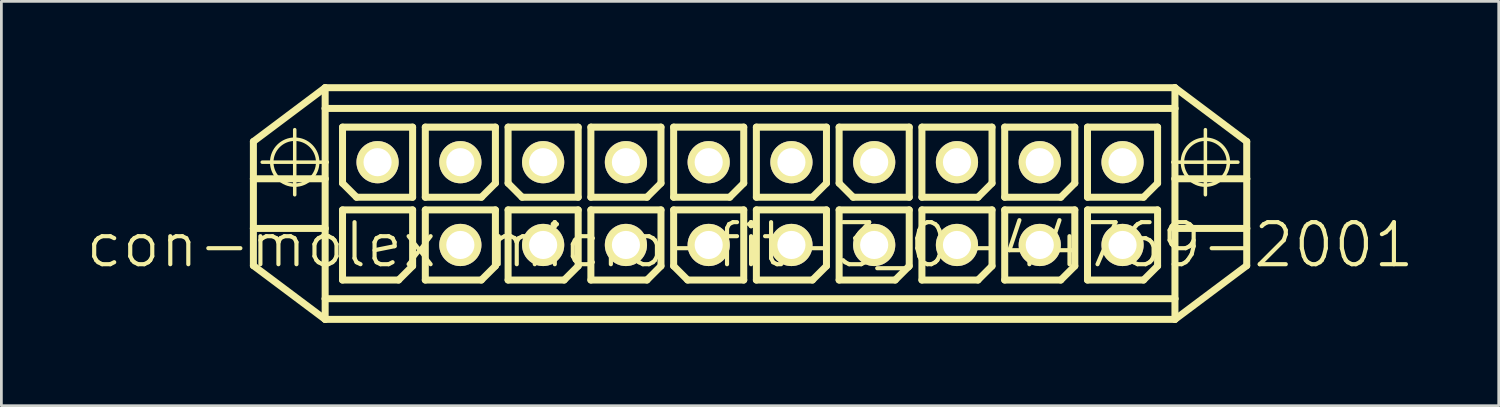
<source format=kicad_pcb>
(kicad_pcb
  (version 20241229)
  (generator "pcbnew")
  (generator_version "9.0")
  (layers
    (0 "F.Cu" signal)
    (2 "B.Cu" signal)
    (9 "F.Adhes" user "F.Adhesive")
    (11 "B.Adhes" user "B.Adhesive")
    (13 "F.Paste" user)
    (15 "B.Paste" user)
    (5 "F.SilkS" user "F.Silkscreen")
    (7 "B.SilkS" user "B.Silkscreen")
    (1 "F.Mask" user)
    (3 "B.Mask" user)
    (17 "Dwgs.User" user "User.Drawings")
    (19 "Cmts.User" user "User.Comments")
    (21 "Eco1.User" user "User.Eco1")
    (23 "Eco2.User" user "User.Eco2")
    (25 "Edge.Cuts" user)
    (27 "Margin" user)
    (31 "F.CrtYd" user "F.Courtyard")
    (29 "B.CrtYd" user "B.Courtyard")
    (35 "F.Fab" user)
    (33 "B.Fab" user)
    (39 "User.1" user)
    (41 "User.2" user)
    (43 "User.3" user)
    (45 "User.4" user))
  (footprint "con-molex-micro-fit-3_0-44769-2001"
    (layer "F.Cu")
    (at 24.13 5.827)
    (property "Reference" "con-molex-micro-fit-3_0-44769-2001" (at 0 0 0) (layer "F.SilkS") (effects (font (size 1.524 1.524) (thickness 0.15))))
    (attr exclude_from_pos_files exclude_from_bom)
    (fp_line (start -17.998 -3.749) (end -15.397 -5.7) (stroke (width 0.254) (type solid)) (layer "F.SilkS"))
    (fp_line (start -17.998 -2.398) (end -17.998 -3.749) (stroke (width 0.254) (type solid)) (layer "F.SilkS"))
    (fp_line (start -17.998 -2.398) (end -15.397 -2.398) (stroke (width 0.254) (type solid)) (layer "F.SilkS"))
    (fp_line (start -17.998 -0.599) (end -17.998 -2.398) (stroke (width 0.254) (type solid)) (layer "F.SilkS"))
    (fp_line (start -17.998 -0.599) (end -15.397 -0.599) (stroke (width 0.254) (type solid)) (layer "F.SilkS"))
    (fp_line (start -17.998 0.749) (end -17.998 -0.599) (stroke (width 0.254) (type solid)) (layer "F.SilkS"))
    (fp_line (start -17.678 -3) (end -15.319 -3) (stroke (width 0.127) (type solid)) (layer "F.SilkS"))
    (fp_line (start -16.5 -1.819) (end -16.5 -4.178) (stroke (width 0.127) (type solid)) (layer "F.SilkS"))
    (fp_line (start -15.397 -5.7) (end -15.397 -4.948) (stroke (width 0.254) (type solid)) (layer "F.SilkS"))
    (fp_line (start -15.397 -5.7) (end 15.397 -5.7) (stroke (width 0.254) (type solid)) (layer "F.SilkS"))
    (fp_line (start -15.397 -4.948) (end 15.397 -4.948) (stroke (width 0.254) (type solid)) (layer "F.SilkS"))
    (fp_line (start -15.397 -2.398) (end -15.397 -4.948) (stroke (width 0.254) (type solid)) (layer "F.SilkS"))
    (fp_line (start -15.397 -0.599) (end -15.397 -2.398) (stroke (width 0.254) (type solid)) (layer "F.SilkS"))
    (fp_line (start -15.397 -0.599) (end -15.397 1.948) (stroke (width 0.254) (type solid)) (layer "F.SilkS"))
    (fp_line (start -15.397 1.948) (end -15.397 2.697) (stroke (width 0.254) (type solid)) (layer "F.SilkS"))
    (fp_line (start -15.397 1.948) (end 15.397 1.948) (stroke (width 0.254) (type solid)) (layer "F.SilkS"))
    (fp_line (start -15.397 2.697) (end -17.998 0.749) (stroke (width 0.254) (type solid)) (layer "F.SilkS"))
    (fp_line (start -14.768 -4.27) (end -12.228 -4.27) (stroke (width 0.254) (type solid)) (layer "F.SilkS"))
    (fp_line (start -14.768 -2.238) (end -14.768 -4.27) (stroke (width 0.254) (type solid)) (layer "F.SilkS"))
    (fp_line (start -14.768 -1.27) (end -12.228 -1.27) (stroke (width 0.254) (type solid)) (layer "F.SilkS"))
    (fp_line (start -14.768 1.27) (end -14.768 -1.27) (stroke (width 0.254) (type solid)) (layer "F.SilkS"))
    (fp_line (start -14.26 -1.73) (end -14.768 -2.238) (stroke (width 0.254) (type solid)) (layer "F.SilkS"))
    (fp_line (start -12.736 1.27) (end -14.768 1.27) (stroke (width 0.254) (type solid)) (layer "F.SilkS"))
    (fp_line (start -12.228 -4.27) (end -12.228 -1.73) (stroke (width 0.254) (type solid)) (layer "F.SilkS"))
    (fp_line (start -12.228 -1.73) (end -14.26 -1.73) (stroke (width 0.254) (type solid)) (layer "F.SilkS"))
    (fp_line (start -12.228 -1.27) (end -12.228 0.762) (stroke (width 0.254) (type solid)) (layer "F.SilkS"))
    (fp_line (start -12.228 0.762) (end -12.736 1.27) (stroke (width 0.254) (type solid)) (layer "F.SilkS"))
    (fp_line (start -11.768 -4.27) (end -9.228 -4.27) (stroke (width 0.254) (type solid)) (layer "F.SilkS"))
    (fp_line (start -11.768 -1.73) (end -11.768 -4.27) (stroke (width 0.254) (type solid)) (layer "F.SilkS"))
    (fp_line (start -11.768 -1.27) (end -9.228 -1.27) (stroke (width 0.254) (type solid)) (layer "F.SilkS"))
    (fp_line (start -11.768 1.27) (end -11.768 -1.27) (stroke (width 0.254) (type solid)) (layer "F.SilkS"))
    (fp_line (start -9.736 -1.73) (end -11.768 -1.73) (stroke (width 0.254) (type solid)) (layer "F.SilkS"))
    (fp_line (start -9.736 1.27) (end -11.768 1.27) (stroke (width 0.254) (type solid)) (layer "F.SilkS"))
    (fp_line (start -9.228 -4.27) (end -9.228 -2.238) (stroke (width 0.254) (type solid)) (layer "F.SilkS"))
    (fp_line (start -9.228 -2.238) (end -9.736 -1.73) (stroke (width 0.254) (type solid)) (layer "F.SilkS"))
    (fp_line (start -9.228 -1.27) (end -9.228 0.762) (stroke (width 0.254) (type solid)) (layer "F.SilkS"))
    (fp_line (start -9.228 0.762) (end -9.736 1.27) (stroke (width 0.254) (type solid)) (layer "F.SilkS"))
    (fp_line (start -8.768 -4.27) (end -6.228 -4.27) (stroke (width 0.254) (type solid)) (layer "F.SilkS"))
    (fp_line (start -8.768 -2.238) (end -8.768 -4.27) (stroke (width 0.254) (type solid)) (layer "F.SilkS"))
    (fp_line (start -8.768 -1.27) (end -6.228 -1.27) (stroke (width 0.254) (type solid)) (layer "F.SilkS"))
    (fp_line (start -8.768 1.27) (end -8.768 -1.27) (stroke (width 0.254) (type solid)) (layer "F.SilkS"))
    (fp_line (start -8.26 -1.73) (end -8.768 -2.238) (stroke (width 0.254) (type solid)) (layer "F.SilkS"))
    (fp_line (start -6.736 1.27) (end -8.768 1.27) (stroke (width 0.254) (type solid)) (layer "F.SilkS"))
    (fp_line (start -6.228 -4.27) (end -6.228 -1.73) (stroke (width 0.254) (type solid)) (layer "F.SilkS"))
    (fp_line (start -6.228 -1.73) (end -8.26 -1.73) (stroke (width 0.254) (type solid)) (layer "F.SilkS"))
    (fp_line (start -6.228 -1.27) (end -6.228 0.762) (stroke (width 0.254) (type solid)) (layer "F.SilkS"))
    (fp_line (start -6.228 0.762) (end -6.736 1.27) (stroke (width 0.254) (type solid)) (layer "F.SilkS"))
    (fp_line (start -5.768 -4.27) (end -3.228 -4.27) (stroke (width 0.254) (type solid)) (layer "F.SilkS"))
    (fp_line (start -5.768 -1.73) (end -5.768 -4.27) (stroke (width 0.254) (type solid)) (layer "F.SilkS"))
    (fp_line (start -5.768 -1.27) (end -3.228 -1.27) (stroke (width 0.254) (type solid)) (layer "F.SilkS"))
    (fp_line (start -5.768 1.27) (end -5.768 -1.27) (stroke (width 0.254) (type solid)) (layer "F.SilkS"))
    (fp_line (start -3.736 -1.73) (end -5.768 -1.73) (stroke (width 0.254) (type solid)) (layer "F.SilkS"))
    (fp_line (start -3.736 1.27) (end -5.768 1.27) (stroke (width 0.254) (type solid)) (layer "F.SilkS"))
    (fp_line (start -3.228 -4.27) (end -3.228 -2.238) (stroke (width 0.254) (type solid)) (layer "F.SilkS"))
    (fp_line (start -3.228 -2.238) (end -3.736 -1.73) (stroke (width 0.254) (type solid)) (layer "F.SilkS"))
    (fp_line (start -3.228 -1.27) (end -3.228 0.762) (stroke (width 0.254) (type solid)) (layer "F.SilkS"))
    (fp_line (start -3.228 0.762) (end -3.736 1.27) (stroke (width 0.254) (type solid)) (layer "F.SilkS"))
    (fp_line (start -2.769 -4.27) (end -0.229 -4.27) (stroke (width 0.254) (type solid)) (layer "F.SilkS"))
    (fp_line (start -2.769 -1.73) (end -2.769 -4.27) (stroke (width 0.254) (type solid)) (layer "F.SilkS"))
    (fp_line (start -2.769 -1.27) (end -0.229 -1.27) (stroke (width 0.254) (type solid)) (layer "F.SilkS"))
    (fp_line (start -2.769 0.762) (end -2.769 -1.27) (stroke (width 0.254) (type solid)) (layer "F.SilkS"))
    (fp_line (start -2.261 1.27) (end -2.769 0.762) (stroke (width 0.254) (type solid)) (layer "F.SilkS"))
    (fp_line (start -0.737 -1.73) (end -2.769 -1.73) (stroke (width 0.254) (type solid)) (layer "F.SilkS"))
    (fp_line (start -0.229 -4.27) (end -0.229 -2.238) (stroke (width 0.254) (type solid)) (layer "F.SilkS"))
    (fp_line (start -0.229 -2.238) (end -0.737 -1.73) (stroke (width 0.254) (type solid)) (layer "F.SilkS"))
    (fp_line (start -0.229 -1.27) (end -0.229 1.27) (stroke (width 0.254) (type solid)) (layer "F.SilkS"))
    (fp_line (start -0.229 1.27) (end -2.261 1.27) (stroke (width 0.254) (type solid)) (layer "F.SilkS"))
    (fp_line (start 0.229 -4.27) (end 2.769 -4.27) (stroke (width 0.254) (type solid)) (layer "F.SilkS"))
    (fp_line (start 0.229 -1.73) (end 0.229 -4.27) (stroke (width 0.254) (type solid)) (layer "F.SilkS"))
    (fp_line (start 0.229 -1.27) (end 2.769 -1.27) (stroke (width 0.254) (type solid)) (layer "F.SilkS"))
    (fp_line (start 0.229 1.27) (end 0.229 -1.27) (stroke (width 0.254) (type solid)) (layer "F.SilkS"))
    (fp_line (start 2.261 -1.73) (end 0.229 -1.73) (stroke (width 0.254) (type solid)) (layer "F.SilkS"))
    (fp_line (start 2.261 1.27) (end 0.229 1.27) (stroke (width 0.254) (type solid)) (layer "F.SilkS"))
    (fp_line (start 2.769 -4.27) (end 2.769 -2.238) (stroke (width 0.254) (type solid)) (layer "F.SilkS"))
    (fp_line (start 2.769 -2.238) (end 2.261 -1.73) (stroke (width 0.254) (type solid)) (layer "F.SilkS"))
    (fp_line (start 2.769 -1.27) (end 2.769 0.762) (stroke (width 0.254) (type solid)) (layer "F.SilkS"))
    (fp_line (start 2.769 0.762) (end 2.261 1.27) (stroke (width 0.254) (type solid)) (layer "F.SilkS"))
    (fp_line (start 3.228 -4.27) (end 5.768 -4.27) (stroke (width 0.254) (type solid)) (layer "F.SilkS"))
    (fp_line (start 3.228 -2.238) (end 3.228 -4.27) (stroke (width 0.254) (type solid)) (layer "F.SilkS"))
    (fp_line (start 3.228 -1.27) (end 5.768 -1.27) (stroke (width 0.254) (type solid)) (layer "F.SilkS"))
    (fp_line (start 3.228 1.27) (end 3.228 -1.27) (stroke (width 0.254) (type solid)) (layer "F.SilkS"))
    (fp_line (start 3.736 -1.73) (end 3.228 -2.238) (stroke (width 0.254) (type solid)) (layer "F.SilkS"))
    (fp_line (start 5.26 1.27) (end 3.228 1.27) (stroke (width 0.254) (type solid)) (layer "F.SilkS"))
    (fp_line (start 5.768 -4.27) (end 5.768 -1.73) (stroke (width 0.254) (type solid)) (layer "F.SilkS"))
    (fp_line (start 5.768 -1.73) (end 3.736 -1.73) (stroke (width 0.254) (type solid)) (layer "F.SilkS"))
    (fp_line (start 5.768 -1.27) (end 5.768 0.762) (stroke (width 0.254) (type solid)) (layer "F.SilkS"))
    (fp_line (start 5.768 0.762) (end 5.26 1.27) (stroke (width 0.254) (type solid)) (layer "F.SilkS"))
    (fp_line (start 6.228 -4.27) (end 8.768 -4.27) (stroke (width 0.254) (type solid)) (layer "F.SilkS"))
    (fp_line (start 6.228 -1.73) (end 6.228 -4.27) (stroke (width 0.254) (type solid)) (layer "F.SilkS"))
    (fp_line (start 6.228 -1.27) (end 8.768 -1.27) (stroke (width 0.254) (type solid)) (layer "F.SilkS"))
    (fp_line (start 6.228 1.27) (end 6.228 -1.27) (stroke (width 0.254) (type solid)) (layer "F.SilkS"))
    (fp_line (start 8.26 -1.73) (end 6.228 -1.73) (stroke (width 0.254) (type solid)) (layer "F.SilkS"))
    (fp_line (start 8.26 1.27) (end 6.228 1.27) (stroke (width 0.254) (type solid)) (layer "F.SilkS"))
    (fp_line (start 8.768 -4.27) (end 8.768 -2.238) (stroke (width 0.254) (type solid)) (layer "F.SilkS"))
    (fp_line (start 8.768 -2.238) (end 8.26 -1.73) (stroke (width 0.254) (type solid)) (layer "F.SilkS"))
    (fp_line (start 8.768 -1.27) (end 8.768 0.762) (stroke (width 0.254) (type solid)) (layer "F.SilkS"))
    (fp_line (start 8.768 0.762) (end 8.26 1.27) (stroke (width 0.254) (type solid)) (layer "F.SilkS"))
    (fp_line (start 9.228 -4.27) (end 11.768 -4.27) (stroke (width 0.254) (type solid)) (layer "F.SilkS"))
    (fp_line (start 9.228 -1.73) (end 9.228 -4.27) (stroke (width 0.254) (type solid)) (layer "F.SilkS"))
    (fp_line (start 9.228 -1.27) (end 11.768 -1.27) (stroke (width 0.254) (type solid)) (layer "F.SilkS"))
    (fp_line (start 9.228 1.27) (end 9.228 -1.27) (stroke (width 0.254) (type solid)) (layer "F.SilkS"))
    (fp_line (start 11.26 -1.73) (end 9.228 -1.73) (stroke (width 0.254) (type solid)) (layer "F.SilkS"))
    (fp_line (start 11.26 1.27) (end 9.228 1.27) (stroke (width 0.254) (type solid)) (layer "F.SilkS"))
    (fp_line (start 11.768 -4.27) (end 11.768 -2.238) (stroke (width 0.254) (type solid)) (layer "F.SilkS"))
    (fp_line (start 11.768 -2.238) (end 11.26 -1.73) (stroke (width 0.254) (type solid)) (layer "F.SilkS"))
    (fp_line (start 11.768 -1.27) (end 11.768 0.762) (stroke (width 0.254) (type solid)) (layer "F.SilkS"))
    (fp_line (start 11.768 0.762) (end 11.26 1.27) (stroke (width 0.254) (type solid)) (layer "F.SilkS"))
    (fp_line (start 12.228 -4.27) (end 14.768 -4.27) (stroke (width 0.254) (type solid)) (layer "F.SilkS"))
    (fp_line (start 12.228 -1.73) (end 12.228 -4.27) (stroke (width 0.254) (type solid)) (layer "F.SilkS"))
    (fp_line (start 12.228 -1.27) (end 14.768 -1.27) (stroke (width 0.254) (type solid)) (layer "F.SilkS"))
    (fp_line (start 12.228 1.27) (end 12.228 -1.27) (stroke (width 0.254) (type solid)) (layer "F.SilkS"))
    (fp_line (start 14.26 -1.73) (end 12.228 -1.73) (stroke (width 0.254) (type solid)) (layer "F.SilkS"))
    (fp_line (start 14.26 1.27) (end 12.228 1.27) (stroke (width 0.254) (type solid)) (layer "F.SilkS"))
    (fp_line (start 14.768 -4.27) (end 14.768 -2.238) (stroke (width 0.254) (type solid)) (layer "F.SilkS"))
    (fp_line (start 14.768 -2.238) (end 14.26 -1.73) (stroke (width 0.254) (type solid)) (layer "F.SilkS"))
    (fp_line (start 14.768 -1.27) (end 14.768 0.762) (stroke (width 0.254) (type solid)) (layer "F.SilkS"))
    (fp_line (start 14.768 0.762) (end 14.26 1.27) (stroke (width 0.254) (type solid)) (layer "F.SilkS"))
    (fp_line (start 15.319 -3) (end 17.678 -3) (stroke (width 0.127) (type solid)) (layer "F.SilkS"))
    (fp_line (start 15.397 -5.7) (end 15.397 -4.948) (stroke (width 0.254) (type solid)) (layer "F.SilkS"))
    (fp_line (start 15.397 -5.7) (end 17.998 -3.749) (stroke (width 0.254) (type solid)) (layer "F.SilkS"))
    (fp_line (start 15.397 -4.948) (end 15.397 -2.398) (stroke (width 0.254) (type solid)) (layer "F.SilkS"))
    (fp_line (start 15.397 -2.398) (end 15.397 -0.599) (stroke (width 0.254) (type solid)) (layer "F.SilkS"))
    (fp_line (start 15.397 -2.398) (end 17.998 -2.398) (stroke (width 0.254) (type solid)) (layer "F.SilkS"))
    (fp_line (start 15.397 -0.599) (end 15.397 1.948) (stroke (width 0.254) (type solid)) (layer "F.SilkS"))
    (fp_line (start 15.397 -0.599) (end 17.998 -0.599) (stroke (width 0.254) (type solid)) (layer "F.SilkS"))
    (fp_line (start 15.397 1.948) (end 15.397 2.697) (stroke (width 0.254) (type solid)) (layer "F.SilkS"))
    (fp_line (start 15.397 2.697) (end -15.397 2.697) (stroke (width 0.254) (type solid)) (layer "F.SilkS"))
    (fp_line (start 16.5 -1.819) (end 16.5 -4.178) (stroke (width 0.127) (type solid)) (layer "F.SilkS"))
    (fp_line (start 17.998 -3.749) (end 17.998 -2.398) (stroke (width 0.254) (type solid)) (layer "F.SilkS"))
    (fp_line (start 17.998 -2.398) (end 17.998 -0.599) (stroke (width 0.254) (type solid)) (layer "F.SilkS"))
    (fp_line (start 17.998 -0.599) (end 17.998 0.749) (stroke (width 0.254) (type solid)) (layer "F.SilkS"))
    (fp_line (start 17.998 0.749) (end 15.397 2.697) (stroke (width 0.254) (type solid)) (layer "F.SilkS"))
    (fp_circle (center -16.5 -3) (end -17.089 -3.589) (stroke (width 0.127) (type solid)) (fill no) (layer "F.SilkS"))
    (fp_circle (center 16.5 -3) (end 17.089 -3.589) (stroke (width 0.127) (type solid)) (fill no) (layer "F.SilkS"))
    (pad "P$1" thru_hole rect (at -13.498 0) (size 0.001 0.001) (drill 1.019) (layers "*.Cu" "F.Mask" "F.SilkS" "F.Paste"))
    (pad "P$2" thru_hole circle (at -10.498 0) (size 1.529 1.529) (drill 1.019) (layers "*.Cu" "F.Mask" "F.SilkS" "F.Paste"))
    (pad "P$3" thru_hole circle (at -7.498 0) (size 1.529 1.529) (drill 1.019) (layers "*.Cu" "F.Mask" "F.SilkS" "F.Paste"))
    (pad "P$4" thru_hole circle (at -4.498 0) (size 1.529 1.529) (drill 1.019) (layers "*.Cu" "F.Mask" "F.SilkS" "F.Paste"))
    (pad "P$5" thru_hole circle (at -1.499 0) (size 1.529 1.529) (drill 1.019) (layers "*.Cu" "F.Mask" "F.SilkS" "F.Paste"))
    (pad "P$6" thru_hole circle (at 1.499 0) (size 1.529 1.529) (drill 1.019) (layers "*.Cu" "F.Mask" "F.SilkS" "F.Paste"))
    (pad "P$7" thru_hole circle (at 4.498 0) (size 1.529 1.529) (drill 1.019) (layers "*.Cu" "F.Mask" "F.SilkS" "F.Paste"))
    (pad "P$8" thru_hole circle (at 7.498 0) (size 1.529 1.529) (drill 1.019) (layers "*.Cu" "F.Mask" "F.SilkS" "F.Paste"))
    (pad "P$9" thru_hole circle (at 10.498 0) (size 1.529 1.529) (drill 1.019) (layers "*.Cu" "F.Mask" "F.SilkS" "F.Paste"))
    (pad "P$10" thru_hole circle (at 13.498 0) (size 1.529 1.529) (drill 1.019) (layers "*.Cu" "F.Mask" "F.SilkS" "F.Paste"))
    (pad "P$11" thru_hole circle (at -13.498 -3) (size 1.529 1.529) (drill 1.019) (layers "*.Cu" "F.Mask" "F.SilkS" "F.Paste"))
    (pad "P$12" thru_hole circle (at -10.498 -3) (size 1.529 1.529) (drill 1.019) (layers "*.Cu" "F.Mask" "F.SilkS" "F.Paste"))
    (pad "P$13" thru_hole circle (at -7.498 -3) (size 1.529 1.529) (drill 1.019) (layers "*.Cu" "F.Mask" "F.SilkS" "F.Paste"))
    (pad "P$14" thru_hole circle (at -4.498 -3) (size 1.529 1.529) (drill 1.019) (layers "*.Cu" "F.Mask" "F.SilkS" "F.Paste"))
    (pad "P$15" thru_hole circle (at -1.499 -3) (size 1.529 1.529) (drill 1.019) (layers "*.Cu" "F.Mask" "F.SilkS" "F.Paste"))
    (pad "P$16" thru_hole circle (at 1.499 -3) (size 1.529 1.529) (drill 1.019) (layers "*.Cu" "F.Mask" "F.SilkS" "F.Paste"))
    (pad "P$17" thru_hole circle (at 4.498 -3) (size 1.529 1.529) (drill 1.019) (layers "*.Cu" "F.Mask" "F.SilkS" "F.Paste"))
    (pad "P$18" thru_hole circle (at 7.498 -3) (size 1.529 1.529) (drill 1.019) (layers "*.Cu" "F.Mask" "F.SilkS" "F.Paste"))
    (pad "P$19" thru_hole circle (at 10.498 -3) (size 1.529 1.529) (drill 1.019) (layers "*.Cu" "F.Mask" "F.SilkS" "F.Paste"))
    (pad "P$20" thru_hole circle (at 13.498 -3) (size 1.529 1.529) (drill 1.019) (layers "*.Cu" "F.Mask" "F.SilkS" "F.Paste")))
  (gr_rect
    (start -3 -3)
    (end 51.26 11.651)
    (stroke (width 0.1) (type default))
    (fill no)
    (layer "Edge.Cuts")))
</source>
